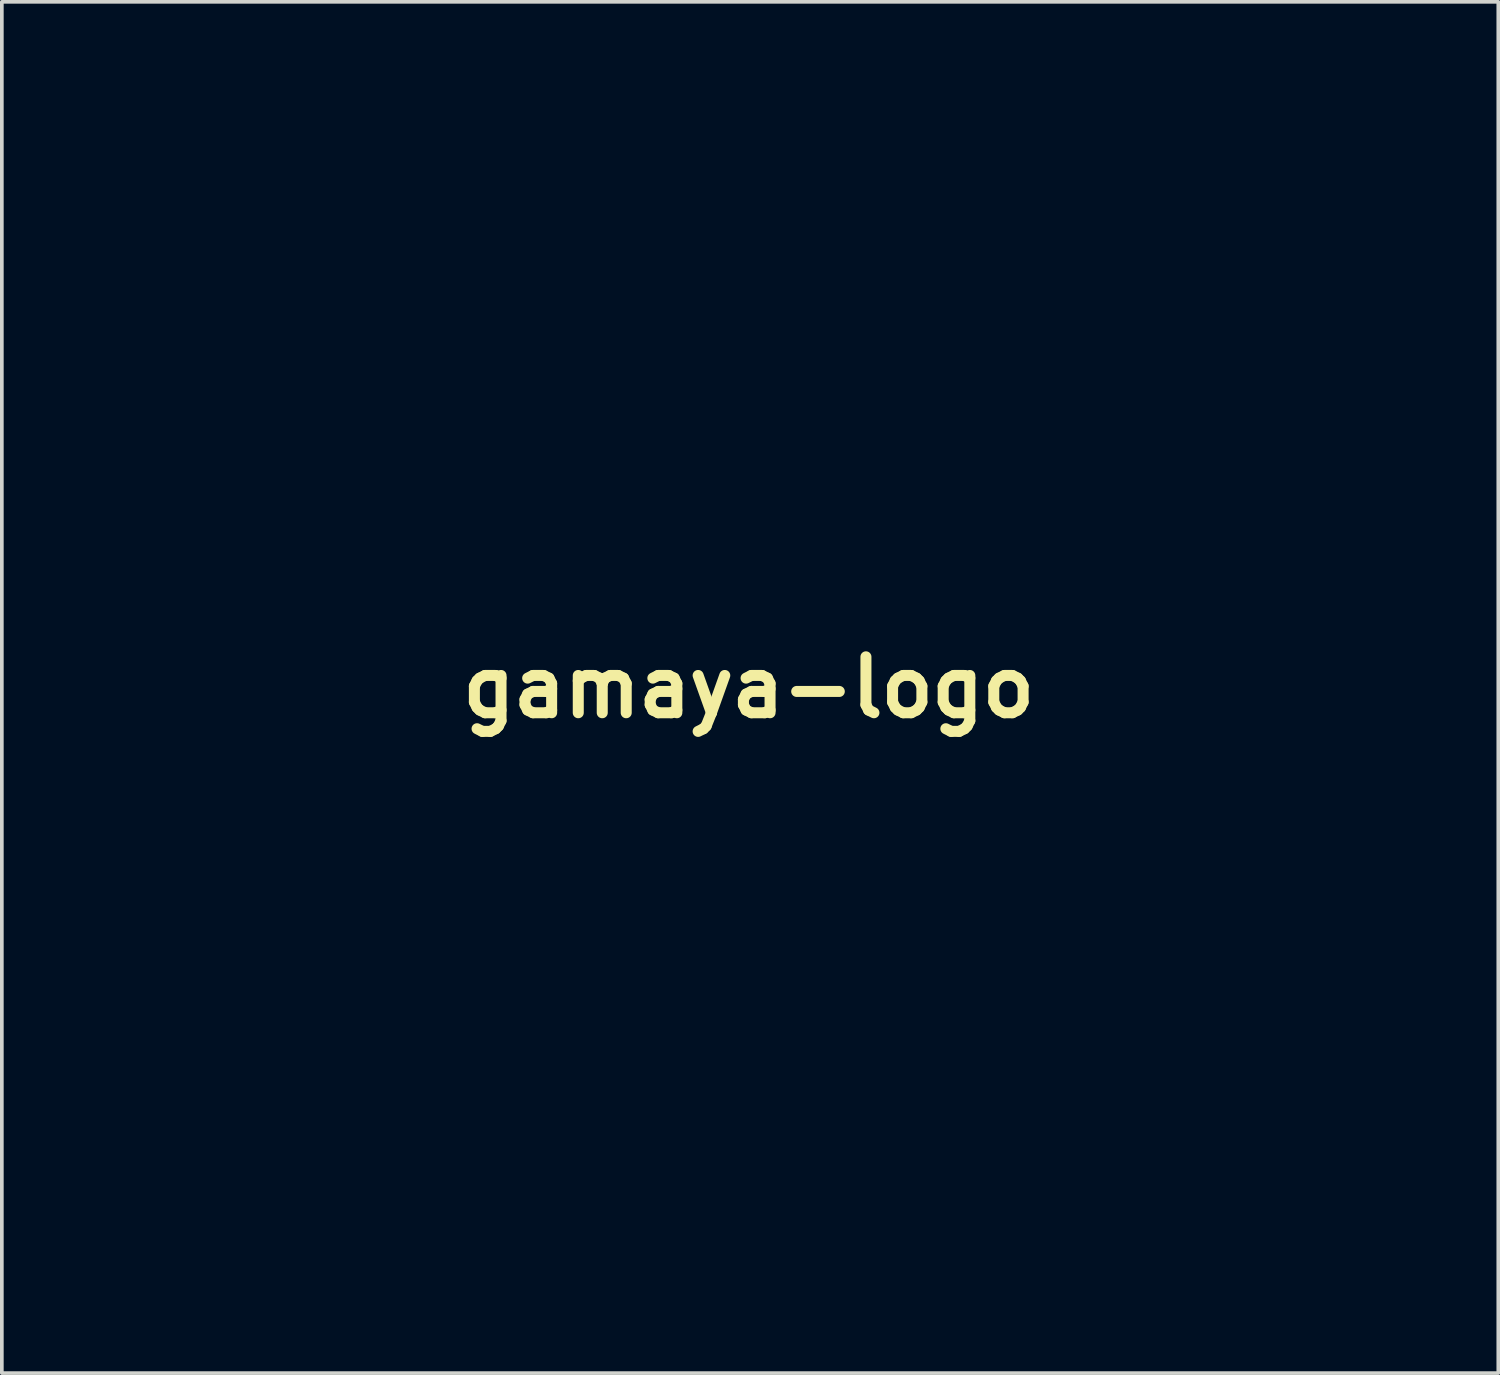
<source format=kicad_pcb>
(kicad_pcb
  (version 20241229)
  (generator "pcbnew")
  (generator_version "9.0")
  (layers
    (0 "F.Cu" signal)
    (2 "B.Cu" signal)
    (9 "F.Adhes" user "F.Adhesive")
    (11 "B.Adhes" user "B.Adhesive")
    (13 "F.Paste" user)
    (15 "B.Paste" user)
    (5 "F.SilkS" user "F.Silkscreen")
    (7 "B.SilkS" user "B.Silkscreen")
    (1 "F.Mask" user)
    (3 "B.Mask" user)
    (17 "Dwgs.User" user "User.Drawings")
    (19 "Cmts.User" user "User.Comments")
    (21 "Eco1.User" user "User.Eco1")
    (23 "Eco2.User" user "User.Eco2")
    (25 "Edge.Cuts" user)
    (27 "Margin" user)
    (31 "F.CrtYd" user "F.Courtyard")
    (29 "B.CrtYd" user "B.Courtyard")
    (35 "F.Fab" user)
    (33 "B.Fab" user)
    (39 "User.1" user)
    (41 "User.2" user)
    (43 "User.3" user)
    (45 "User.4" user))
  (footprint "gamaya-logo"
    (layer "F.Cu")
    (at 17.35 15.68)
    (property "Reference" "gamaya-logo" (at 0 0 0) (layer "F.SilkS") (effects (font (size 1.524 1.524) (thickness 0.3))))
    (attr through_hole)
    (fp_poly (pts (xy -7.293 -11.422) (xy -6.702 -11.42) (xy -5.995 -11.418) (xy -5.201 -11.416) (xy -4.35 -11.413) (xy -3.47 -11.411) (xy -2.592 -11.408) (xy -1.745 -11.406) (xy -1.306 -11.405) (xy -0.315 -11.401) (xy 0.541 -11.396) (xy 1.273 -11.387) (xy 1.891 -11.376) (xy 2.405 -11.361) (xy 2.825 -11.341) (xy 3.162 -11.316) (xy 3.426 -11.286) (xy 3.628 -11.25) (xy 3.777 -11.207) (xy 3.885 -11.156) (xy 3.954 -11.104) (xy 4.105 -10.912) (xy 4.202 -10.712) (xy 4.22 -10.587) (xy 4.239 -10.335) (xy 4.259 -9.977) (xy 4.278 -9.529) (xy 4.296 -9.012) (xy 4.311 -8.444) (xy 4.32 -8.035) (xy 4.333 -7.341) (xy 4.342 -6.778) (xy 4.344 -6.33) (xy 4.337 -5.982) (xy 4.321 -5.72) (xy 4.293 -5.528) (xy 4.251 -5.393) (xy 4.194 -5.298) (xy 4.121 -5.23) (xy 4.029 -5.173) (xy 3.987 -5.15) (xy 3.737 -5.064) (xy 3.402 -5.01) (xy 3.037 -4.996) (xy 2.791 -5.014) (xy 2.499 -5.066) (xy 2.265 -5.154) (xy 2.059 -5.298) (xy 1.855 -5.52) (xy 1.623 -5.843) (xy 1.534 -5.977) (xy 1.032 -6.688) (xy 0.517 -7.287) (xy -0.043 -7.807) (xy -0.682 -8.279) (xy -1.197 -8.601) (xy -1.576 -8.79) (xy -2.074 -8.987) (xy -2.67 -9.187) (xy -3.338 -9.381) (xy -4.055 -9.563) (xy -4.797 -9.726) (xy -5.54 -9.863) (xy -5.552 -9.865) (xy -6.007 -9.938) (xy -6.524 -10.017) (xy -7.077 -10.099) (xy -7.637 -10.179) (xy -8.177 -10.254) (xy -8.67 -10.321) (xy -9.087 -10.374) (xy -9.402 -10.41) (xy -9.507 -10.42) (xy -9.84 -10.455) (xy -10.062 -10.496) (xy -10.205 -10.555) (xy -10.303 -10.643) (xy -10.349 -10.705) (xy -10.425 -10.848) (xy -10.411 -10.961) (xy -10.352 -11.061) (xy -10.281 -11.155) (xy -10.193 -11.232) (xy -10.073 -11.293) (xy -9.908 -11.34) (xy -9.683 -11.375) (xy -9.383 -11.399) (xy -8.993 -11.414) (xy -8.499 -11.421) (xy -7.886 -11.423) (xy -7.293 -11.422)) (stroke (width 0.01) (type solid)) (fill yes) (layer "F.Mask"))
    (fp_poly (pts (xy -8.261 -15.675) (xy -7.076 -15.673) (xy -5.997 -15.67) (xy -5.028 -15.665) (xy -4.175 -15.66) (xy -3.44 -15.653) (xy -2.829 -15.646) (xy -2.346 -15.637) (xy -1.995 -15.628) (xy -1.781 -15.617) (xy -1.707 -15.606) (xy -1.729 -15.522) (xy -1.836 -15.424) (xy -1.928 -15.384) (xy -2.147 -15.3) (xy -2.483 -15.173) (xy -2.928 -15.009) (xy -3.471 -14.811) (xy -4.104 -14.581) (xy -4.816 -14.323) (xy -5.598 -14.042) (xy -6.441 -13.74) (xy -7.334 -13.42) (xy -8.269 -13.087) (xy -8.751 -12.916) (xy -9.71 -12.575) (xy -10.638 -12.244) (xy -11.524 -11.928) (xy -12.358 -11.63) (xy -13.131 -11.354) (xy -13.831 -11.102) (xy -14.45 -10.88) (xy -14.977 -10.689) (xy -15.401 -10.535) (xy -15.714 -10.421) (xy -15.904 -10.349) (xy -15.947 -10.332) (xy -16.252 -10.175) (xy -16.52 -9.981) (xy -16.722 -9.778) (xy -16.827 -9.591) (xy -16.837 -9.53) (xy -16.786 -9.412) (xy -16.66 -9.255) (xy -16.601 -9.196) (xy -16.508 -9.14) (xy -16.295 -9.028) (xy -15.971 -8.865) (xy -15.546 -8.656) (xy -15.032 -8.404) (xy -14.438 -8.117) (xy -13.776 -7.798) (xy -13.055 -7.452) (xy -12.285 -7.085) (xy -11.479 -6.701) (xy -10.645 -6.305) (xy -9.794 -5.902) (xy -8.937 -5.497) (xy -8.085 -5.096) (xy -7.247 -4.702) (xy -6.434 -4.321) (xy -5.657 -3.958) (xy -4.925 -3.618) (xy -4.25 -3.305) (xy -3.642 -3.025) (xy -3.112 -2.783) (xy -2.669 -2.583) (xy -2.324 -2.431) (xy -2.088 -2.331) (xy -1.996 -2.296) (xy -1.413 -2.15) (xy -0.746 -2.072) (xy -0.042 -2.058) (xy 0.655 -2.111) (xy 1.299 -2.228) (xy 1.679 -2.342) (xy 1.808 -2.396) (xy 2.059 -2.507) (xy 2.422 -2.671) (xy 2.888 -2.884) (xy 3.449 -3.141) (xy 4.093 -3.439) (xy 4.813 -3.772) (xy 5.599 -4.137) (xy 6.441 -4.528) (xy 7.33 -4.943) (xy 8.257 -5.376) (xy 9.029 -5.737) (xy 10.175 -6.274) (xy 11.197 -6.754) (xy 12.101 -7.18) (xy 12.895 -7.556) (xy 13.586 -7.885) (xy 14.181 -8.172) (xy 14.686 -8.419) (xy 15.11 -8.631) (xy 15.458 -8.811) (xy 15.739 -8.963) (xy 15.959 -9.09) (xy 16.125 -9.196) (xy 16.245 -9.285) (xy 16.326 -9.361) (xy 16.374 -9.426) (xy 16.396 -9.485) (xy 16.401 -9.531) (xy 16.342 -9.694) (xy 16.185 -9.888) (xy 15.964 -10.083) (xy 15.712 -10.246) (xy 15.613 -10.294) (xy 15.495 -10.339) (xy 15.251 -10.43) (xy 14.889 -10.562) (xy 14.421 -10.732) (xy 13.854 -10.936) (xy 13.2 -11.171) (xy 12.467 -11.434) (xy 11.667 -11.721) (xy 10.808 -12.028) (xy 9.9 -12.352) (xy 8.953 -12.689) (xy 8.412 -12.881) (xy 7.452 -13.223) (xy 6.53 -13.553) (xy 5.653 -13.867) (xy 4.832 -14.162) (xy 4.076 -14.435) (xy 3.394 -14.682) (xy 2.797 -14.899) (xy 2.293 -15.084) (xy 1.891 -15.233) (xy 1.602 -15.343) (xy 1.435 -15.409) (xy 1.397 -15.427) (xy 1.289 -15.528) (xy 1.272 -15.606) (xy 1.351 -15.617) (xy 1.571 -15.628) (xy 1.928 -15.637) (xy 2.417 -15.646) (xy 3.034 -15.653) (xy 3.774 -15.66) (xy 4.635 -15.665) (xy 5.611 -15.669) (xy 6.697 -15.673) (xy 7.891 -15.675) (xy 9.187 -15.675) (xy 9.366 -15.675) (xy 17.417 -15.675) (xy 17.417 15.675) (xy -17.345 15.675) (xy -17.345 1.587) (xy -15.159 1.587) (xy -15.131 1.796) (xy -15.063 2.103) (xy -14.954 2.525) (xy -14.912 2.679) (xy -14.606 3.728) (xy -14.287 4.65) (xy -13.947 5.465) (xy -13.578 6.193) (xy -13.171 6.852) (xy -12.967 7.139) (xy -12.528 7.687) (xy -12.032 8.206) (xy -11.455 8.723) (xy -10.777 9.258) (xy -10.605 9.38) (xy -10.325 9.571) (xy -9.951 9.822) (xy -9.495 10.126) (xy -8.969 10.473) (xy -8.385 10.856) (xy -7.758 11.267) (xy -7.099 11.697) (xy -6.42 12.138) (xy -5.735 12.582) (xy -5.056 13.021) (xy -4.395 13.447) (xy -3.766 13.852) (xy -3.18 14.227) (xy -2.651 14.564) (xy -2.191 14.855) (xy -1.812 15.093) (xy -1.528 15.267) (xy -1.35 15.372) (xy -1.334 15.381) (xy -1.137 15.482) (xy -1.024 15.521) (xy -0.951 15.502) (xy -0.885 15.443) (xy -0.86 15.377) (xy -0.84 15.225) (xy -0.824 14.979) (xy -0.813 14.628) (xy -0.805 14.163) (xy -0.8 13.573) (xy -0.798 12.848) (xy -0.798 12.787) (xy 0.363 12.787) (xy 0.364 13.521) (xy 0.369 14.121) (xy 0.376 14.595) (xy 0.388 14.954) (xy 0.403 15.208) (xy 0.423 15.367) (xy 0.448 15.44) (xy 0.45 15.443) (xy 0.547 15.494) (xy 0.689 15.476) (xy 0.9 15.384) (xy 1.193 15.215) (xy 1.517 15.014) (xy 1.932 14.754) (xy 2.424 14.441) (xy 2.982 14.084) (xy 3.592 13.692) (xy 4.241 13.274) (xy 4.916 12.836) (xy 5.606 12.389) (xy 6.295 11.94) (xy 6.973 11.498) (xy 7.626 11.071) (xy 8.24 10.667) (xy 8.804 10.295) (xy 9.304 9.963) (xy 9.727 9.68) (xy 10.061 9.455) (xy 10.292 9.294) (xy 10.37 9.238) (xy 11.1 8.654) (xy 11.742 8.056) (xy 12.305 7.427) (xy 12.801 6.75) (xy 13.241 6.008) (xy 13.634 5.183) (xy 13.993 4.257) (xy 14.327 3.214) (xy 14.512 2.557) (xy 14.626 2.119) (xy 14.696 1.801) (xy 14.725 1.586) (xy 14.713 1.456) (xy 14.66 1.393) (xy 14.587 1.379) (xy 14.501 1.415) (xy 14.301 1.521) (xy 13.999 1.689) (xy 13.606 1.913) (xy 13.132 2.187) (xy 12.589 2.504) (xy 11.987 2.859) (xy 11.337 3.245) (xy 10.65 3.656) (xy 10.468 3.764) (xy 9.67 4.243) (xy 8.825 4.748) (xy 7.957 5.266) (xy 7.086 5.783) (xy 6.237 6.287) (xy 5.433 6.764) (xy 4.694 7.199) (xy 4.045 7.581) (xy 3.737 7.761) (xy 3.154 8.104) (xy 2.603 8.43) (xy 2.099 8.731) (xy 1.657 9) (xy 1.29 9.226) (xy 1.011 9.402) (xy 0.835 9.519) (xy 0.783 9.559) (xy 0.677 9.663) (xy 0.59 9.764) (xy 0.521 9.876) (xy 0.468 10.016) (xy 0.428 10.198) (xy 0.4 10.439) (xy 0.381 10.752) (xy 0.37 11.154) (xy 0.365 11.66) (xy 0.363 12.286) (xy 0.363 12.787) (xy -0.798 12.787) (xy -0.799 12.072) (xy -0.801 11.486) (xy -0.808 11.015) (xy -0.822 10.643) (xy -0.843 10.354) (xy -0.875 10.134) (xy -0.919 9.967) (xy -0.977 9.838) (xy -1.052 9.731) (xy -1.144 9.631) (xy -1.219 9.559) (xy -1.322 9.483) (xy -1.536 9.344) (xy -1.849 9.149) (xy -2.245 8.907) (xy -2.712 8.626) (xy -3.234 8.314) (xy -3.798 7.981) (xy -4.173 7.762) (xy -4.764 7.416) (xy -5.456 7.008) (xy -6.228 6.552) (xy -7.055 6.062) (xy -7.917 5.55) (xy -8.789 5.03) (xy -9.649 4.516) (xy -10.475 4.022) (xy -10.901 3.766) (xy -11.596 3.35) (xy -12.256 2.957) (xy -12.872 2.593) (xy -13.431 2.265) (xy -13.924 1.979) (xy -14.339 1.741) (xy -14.666 1.558) (xy -14.893 1.436) (xy -15.009 1.381) (xy -15.02 1.379) (xy -15.102 1.396) (xy -15.149 1.46) (xy -15.159 1.587) (xy -17.345 1.587) (xy -17.345 -7.648) (xy -17.243 -7.648) (xy -17.21 -7.364) (xy -17.144 -6.994) (xy -17.05 -6.563) (xy -16.933 -6.097) (xy -16.799 -5.623) (xy -16.728 -5.391) (xy -16.212 -3.978) (xy -15.583 -2.63) (xy -14.85 -1.367) (xy -14.292 -0.558) (xy -13.986 -0.154) (xy -13.685 0.22) (xy -13.38 0.571) (xy -13.062 0.906) (xy -12.721 1.231) (xy -12.347 1.553) (xy -11.932 1.878) (xy -11.466 2.213) (xy -10.94 2.565) (xy -10.345 2.941) (xy -9.67 3.346) (xy -8.908 3.788) (xy -8.048 4.272) (xy -7.081 4.807) (xy -5.997 5.398) (xy -5.515 5.659) (xy -4.98 5.95) (xy -4.422 6.253) (xy -3.873 6.553) (xy -3.366 6.831) (xy -2.932 7.07) (xy -2.685 7.207) (xy -2.231 7.46) (xy -1.886 7.65) (xy -1.633 7.788) (xy -1.454 7.881) (xy -1.332 7.938) (xy -1.248 7.968) (xy -1.187 7.98) (xy -1.129 7.982) (xy -1.121 7.982) (xy -0.956 7.943) (xy -0.885 7.896) (xy -0.865 7.804) (xy -0.847 7.585) (xy -0.832 7.253) (xy -0.819 6.827) (xy -0.809 6.323) (xy -0.801 5.757) (xy -0.796 5.147) (xy -0.793 4.509) (xy -0.793 4.145) (xy 0.363 4.145) (xy 0.364 5.013) (xy 0.366 5.746) (xy 0.371 6.353) (xy 0.377 6.844) (xy 0.387 7.229) (xy 0.398 7.517) (xy 0.413 7.718) (xy 0.431 7.843) (xy 0.452 7.9) (xy 0.454 7.901) (xy 0.573 7.962) (xy 0.755 7.952) (xy 1.013 7.865) (xy 1.362 7.699) (xy 1.705 7.511) (xy 1.947 7.375) (xy 2.296 7.182) (xy 2.728 6.943) (xy 3.224 6.672) (xy 3.761 6.378) (xy 4.317 6.075) (xy 4.645 5.897) (xy 5.76 5.291) (xy 6.756 4.746) (xy 7.641 4.256) (xy 8.425 3.816) (xy 9.116 3.42) (xy 9.724 3.062) (xy 10.258 2.737) (xy 10.727 2.44) (xy 11.14 2.163) (xy 11.506 1.902) (xy 11.834 1.651) (xy 12.134 1.403) (xy 12.414 1.155) (xy 12.684 0.898) (xy 12.814 0.769) (xy 13.508 0.018) (xy 14.139 -0.785) (xy 14.713 -1.653) (xy 15.239 -2.6) (xy 15.723 -3.639) (xy 16.171 -4.784) (xy 16.591 -6.047) (xy 16.946 -7.282) (xy 17.052 -7.73) (xy 17.092 -8.052) (xy 17.067 -8.254) (xy 16.977 -8.341) (xy 16.94 -8.346) (xy 16.857 -8.314) (xy 16.655 -8.221) (xy 16.342 -8.073) (xy 15.929 -7.874) (xy 15.425 -7.628) (xy 14.84 -7.342) (xy 14.183 -7.019) (xy 13.464 -6.664) (xy 12.693 -6.282) (xy 11.879 -5.878) (xy 11.032 -5.458) (xy 10.162 -5.024) (xy 9.278 -4.584) (xy 8.39 -4.14) (xy 7.508 -3.699) (xy 6.642 -3.265) (xy 5.8 -2.842) (xy 4.993 -2.436) (xy 4.23 -2.051) (xy 3.521 -1.693) (xy 2.876 -1.366) (xy 2.304 -1.074) (xy 1.816 -0.824) (xy 1.419 -0.618) (xy 1.125 -0.464) (xy 0.943 -0.364) (xy 0.886 -0.328) (xy 0.713 -0.141) (xy 0.552 0.097) (xy 0.514 0.17) (xy 0.48 0.244) (xy 0.451 0.323) (xy 0.428 0.419) (xy 0.409 0.546) (xy 0.394 0.717) (xy 0.383 0.943) (xy 0.375 1.238) (xy 0.369 1.615) (xy 0.366 2.087) (xy 0.364 2.666) (xy 0.363 3.365) (xy 0.363 4.145) (xy -0.793 4.145) (xy -0.793 3.86) (xy -0.795 3.216) (xy -0.8 2.595) (xy -0.807 2.013) (xy -0.817 1.487) (xy -0.83 1.034) (xy -0.845 0.67) (xy -0.863 0.413) (xy -0.883 0.28) (xy -0.927 0.14) (xy -0.979 0.014) (xy -1.048 -0.105) (xy -1.144 -0.223) (xy -1.277 -0.347) (xy -1.458 -0.482) (xy -1.696 -0.635) (xy -2.001 -0.813) (xy -2.384 -1.023) (xy -2.855 -1.27) (xy -3.423 -1.561) (xy -4.099 -1.902) (xy -4.893 -2.3) (xy -5.069 -2.388) (xy -6.078 -2.892) (xy -7.089 -3.396) (xy -8.094 -3.896) (xy -9.085 -4.387) (xy -10.052 -4.865) (xy -10.986 -5.325) (xy -11.88 -5.764) (xy -12.723 -6.177) (xy -13.508 -6.56) (xy -14.225 -6.909) (xy -14.866 -7.219) (xy -15.421 -7.486) (xy -15.883 -7.705) (xy -16.242 -7.872) (xy -16.489 -7.984) (xy -16.616 -8.036) (xy -16.62 -8.037) (xy -16.904 -8.069) (xy -17.115 -8) (xy -17.233 -7.837) (xy -17.238 -7.819) (xy -17.243 -7.648) (xy -17.345 -7.648) (xy -17.345 -15.675) (xy -9.547 -15.675) (xy -8.261 -15.675)) (stroke (width 0.01) (type solid)) (fill yes) (layer "F.Mask")))
  (gr_rect
    (start -3 -3)
    (end 37.772 34.361)
    (stroke (width 0.1) (type default))
    (fill no)
    (layer "Edge.Cuts")))
</source>
